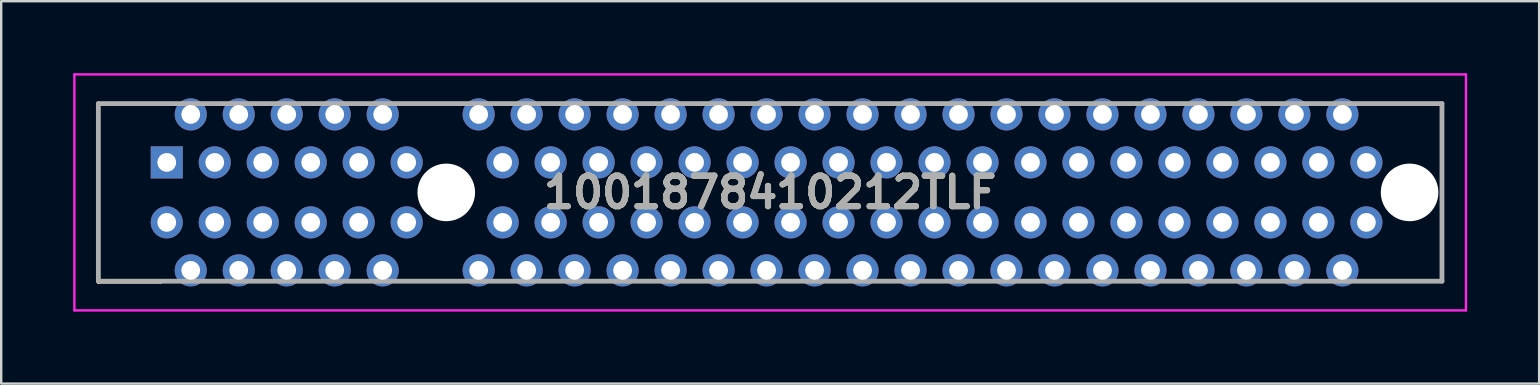
<source format=kicad_pcb>
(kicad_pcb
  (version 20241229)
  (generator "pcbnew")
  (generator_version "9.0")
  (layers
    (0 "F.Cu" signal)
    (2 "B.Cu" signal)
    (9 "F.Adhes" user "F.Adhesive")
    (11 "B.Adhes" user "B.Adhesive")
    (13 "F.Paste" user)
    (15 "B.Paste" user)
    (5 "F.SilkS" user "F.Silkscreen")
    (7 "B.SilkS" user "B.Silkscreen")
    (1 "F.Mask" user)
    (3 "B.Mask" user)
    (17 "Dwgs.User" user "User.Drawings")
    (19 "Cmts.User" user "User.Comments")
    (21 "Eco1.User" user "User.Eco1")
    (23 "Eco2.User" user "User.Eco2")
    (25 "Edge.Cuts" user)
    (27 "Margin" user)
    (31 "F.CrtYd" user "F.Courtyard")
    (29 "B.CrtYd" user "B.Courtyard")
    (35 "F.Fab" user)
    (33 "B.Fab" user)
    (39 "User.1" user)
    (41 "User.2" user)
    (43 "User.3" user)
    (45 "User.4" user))
  (footprint "1001878410212TLF"
    (layer "F.Cu")
    (at 3.9 3.719)
    (property "Reference" "1001878410212TLF" (at 25.15 1.25 0) (layer "F.SilkS") (effects (font (size 1.27 1.27) (thickness 0.254))))
    (attr through_hole)
    (fp_line (start -2.85 -2.45) (end -2.85 -2.45) (stroke (width 0.1) (type solid)) (layer "F.SilkS"))
    (fp_line (start -2.85 -2.45) (end -2.85 -2.45) (stroke (width 0.1) (type solid)) (layer "F.SilkS"))
    (fp_line (start -2.85 -2.45) (end -2.85 5) (stroke (width 0.1) (type solid)) (layer "F.SilkS"))
    (fp_line (start -2.85 -2.45) (end -0.25 -2.45) (stroke (width 0.1) (type solid)) (layer "F.SilkS"))
    (fp_line (start -2.85 4.95) (end -2.85 5) (stroke (width 0.1) (type solid)) (layer "F.SilkS"))
    (fp_line (start -2.85 5) (end -2.85 -2.45) (stroke (width 0.1) (type solid)) (layer "F.SilkS"))
    (fp_line (start -2.85 5) (end -2.85 5) (stroke (width 0.1) (type solid)) (layer "F.SilkS"))
    (fp_line (start -2.85 5) (end -0.25 5) (stroke (width 0.1) (type solid)) (layer "F.SilkS"))
    (fp_line (start -0.25 -2.45) (end -2.85 -2.45) (stroke (width 0.1) (type solid)) (layer "F.SilkS"))
    (fp_line (start -0.25 -2.45) (end -0.25 -2.45) (stroke (width 0.1) (type solid)) (layer "F.SilkS"))
    (fp_line (start -0.25 4.95) (end -2.85 4.95) (stroke (width 0.1) (type solid)) (layer "F.SilkS"))
    (fp_line (start -0.25 5) (end -0.25 4.95) (stroke (width 0.1) (type solid)) (layer "F.SilkS"))
    (fp_line (start 50 -2.45) (end 50 -2.45) (stroke (width 0.1) (type solid)) (layer "F.SilkS"))
    (fp_line (start 50 -2.45) (end 53.15 -2.45) (stroke (width 0.1) (type solid)) (layer "F.SilkS"))
    (fp_line (start 50 4.95) (end 50 4.95) (stroke (width 0.1) (type solid)) (layer "F.SilkS"))
    (fp_line (start 50 4.95) (end 53.15 4.95) (stroke (width 0.1) (type solid)) (layer "F.SilkS"))
    (fp_line (start 53.15 -2.45) (end 50 -2.45) (stroke (width 0.1) (type solid)) (layer "F.SilkS"))
    (fp_line (start 53.15 -2.45) (end 53.15 -2.45) (stroke (width 0.1) (type solid)) (layer "F.SilkS"))
    (fp_line (start 53.15 -2.45) (end 53.15 -2.45) (stroke (width 0.1) (type solid)) (layer "F.SilkS"))
    (fp_line (start 53.15 -2.45) (end 53.15 4.95) (stroke (width 0.1) (type solid)) (layer "F.SilkS"))
    (fp_line (start 53.15 4.95) (end 50 4.95) (stroke (width 0.1) (type solid)) (layer "F.SilkS"))
    (fp_line (start 53.15 4.95) (end 53.15 -2.45) (stroke (width 0.1) (type solid)) (layer "F.SilkS"))
    (fp_line (start 53.15 4.95) (end 53.15 4.95) (stroke (width 0.1) (type solid)) (layer "F.SilkS"))
    (fp_line (start 53.15 4.95) (end 53.15 4.95) (stroke (width 0.1) (type solid)) (layer "F.SilkS"))
    (fp_line (start -3.85 -3.669) (end 54.15 -3.669) (stroke (width 0.1) (type solid)) (layer "F.CrtYd"))
    (fp_line (start -3.85 6.169) (end -3.85 -3.669) (stroke (width 0.1) (type solid)) (layer "F.CrtYd"))
    (fp_line (start 54.15 -3.669) (end 54.15 6.169) (stroke (width 0.1) (type solid)) (layer "F.CrtYd"))
    (fp_line (start 54.15 6.169) (end -3.85 6.169) (stroke (width 0.1) (type solid)) (layer "F.CrtYd"))
    (fp_line (start -2.85 -2.45) (end -2.85 4.95) (stroke (width 0.2) (type solid)) (layer "F.Fab"))
    (fp_line (start -2.85 4.95) (end 53.15 4.95) (stroke (width 0.2) (type solid)) (layer "F.Fab"))
    (fp_line (start 53.15 -2.45) (end -2.85 -2.45) (stroke (width 0.2) (type solid)) (layer "F.Fab"))
    (fp_line (start 53.15 4.95) (end 53.15 -2.45) (stroke (width 0.2) (type solid)) (layer "F.Fab"))
    (fp_text user "${REFERENCE}" (at 25.15 1.25 0) (layer "F.Fab") (effects (font (size 1.27 1.27) (thickness 0.254))))
    (pad "" np_thru_hole circle (at 11.65 1.25) (size 2.4 2.4) (drill 2.4) (layers "*.Cu" "*.Mask"))
    (pad "" np_thru_hole circle (at 51.8 1.25) (size 2.4 2.4) (drill 2.4) (layers "*.Cu" "*.Mask"))
    (pad "A1" thru_hole rect (at 0 0) (size 1.337 1.337) (drill 0.78) (layers "*.Cu" "*.Mask"))
    (pad "A2" thru_hole circle (at 1 -2) (size 1.337 1.337) (drill 0.78) (layers "*.Cu" "*.Mask"))
    (pad "A3" thru_hole circle (at 2 0) (size 1.337 1.337) (drill 0.78) (layers "*.Cu" "*.Mask"))
    (pad "A4" thru_hole circle (at 3 -2) (size 1.337 1.337) (drill 0.78) (layers "*.Cu" "*.Mask"))
    (pad "A5" thru_hole circle (at 4 0) (size 1.337 1.337) (drill 0.78) (layers "*.Cu" "*.Mask"))
    (pad "A6" thru_hole circle (at 5 -2) (size 1.337 1.337) (drill 0.78) (layers "*.Cu" "*.Mask"))
    (pad "A7" thru_hole circle (at 6 0) (size 1.337 1.337) (drill 0.78) (layers "*.Cu" "*.Mask"))
    (pad "A8" thru_hole circle (at 7 -2) (size 1.337 1.337) (drill 0.78) (layers "*.Cu" "*.Mask"))
    (pad "A9" thru_hole circle (at 8 0) (size 1.337 1.337) (drill 0.78) (layers "*.Cu" "*.Mask"))
    (pad "A10" thru_hole circle (at 9 -2) (size 1.337 1.337) (drill 0.78) (layers "*.Cu" "*.Mask"))
    (pad "A11" thru_hole circle (at 10 0) (size 1.337 1.337) (drill 0.78) (layers "*.Cu" "*.Mask"))
    (pad "A12" thru_hole circle (at 13 -2) (size 1.337 1.337) (drill 0.78) (layers "*.Cu" "*.Mask"))
    (pad "A13" thru_hole circle (at 14 0) (size 1.337 1.337) (drill 0.78) (layers "*.Cu" "*.Mask"))
    (pad "A14" thru_hole circle (at 15 -2) (size 1.337 1.337) (drill 0.78) (layers "*.Cu" "*.Mask"))
    (pad "A15" thru_hole circle (at 16 0) (size 1.337 1.337) (drill 0.78) (layers "*.Cu" "*.Mask"))
    (pad "A16" thru_hole circle (at 17 -2) (size 1.337 1.337) (drill 0.78) (layers "*.Cu" "*.Mask"))
    (pad "A17" thru_hole circle (at 18 0) (size 1.337 1.337) (drill 0.78) (layers "*.Cu" "*.Mask"))
    (pad "A18" thru_hole circle (at 19 -2) (size 1.337 1.337) (drill 0.78) (layers "*.Cu" "*.Mask"))
    (pad "A19" thru_hole circle (at 20 0) (size 1.337 1.337) (drill 0.78) (layers "*.Cu" "*.Mask"))
    (pad "A20" thru_hole circle (at 21 -2) (size 1.337 1.337) (drill 0.78) (layers "*.Cu" "*.Mask"))
    (pad "A21" thru_hole circle (at 22 0) (size 1.337 1.337) (drill 0.78) (layers "*.Cu" "*.Mask"))
    (pad "A22" thru_hole circle (at 23 -2) (size 1.337 1.337) (drill 0.78) (layers "*.Cu" "*.Mask"))
    (pad "A23" thru_hole circle (at 24 0) (size 1.337 1.337) (drill 0.78) (layers "*.Cu" "*.Mask"))
    (pad "A24" thru_hole circle (at 25 -2) (size 1.337 1.337) (drill 0.78) (layers "*.Cu" "*.Mask"))
    (pad "A25" thru_hole circle (at 26 0) (size 1.337 1.337) (drill 0.78) (layers "*.Cu" "*.Mask"))
    (pad "A26" thru_hole circle (at 27 -2) (size 1.337 1.337) (drill 0.78) (layers "*.Cu" "*.Mask"))
    (pad "A27" thru_hole circle (at 28 0) (size 1.337 1.337) (drill 0.78) (layers "*.Cu" "*.Mask"))
    (pad "A28" thru_hole circle (at 29 -2) (size 1.337 1.337) (drill 0.78) (layers "*.Cu" "*.Mask"))
    (pad "A29" thru_hole circle (at 30 0) (size 1.337 1.337) (drill 0.78) (layers "*.Cu" "*.Mask"))
    (pad "A30" thru_hole circle (at 31 -2) (size 1.337 1.337) (drill 0.78) (layers "*.Cu" "*.Mask"))
    (pad "A31" thru_hole circle (at 32 0) (size 1.337 1.337) (drill 0.78) (layers "*.Cu" "*.Mask"))
    (pad "A32" thru_hole circle (at 33 -2) (size 1.337 1.337) (drill 0.78) (layers "*.Cu" "*.Mask"))
    (pad "A33" thru_hole circle (at 34 0) (size 1.337 1.337) (drill 0.78) (layers "*.Cu" "*.Mask"))
    (pad "A34" thru_hole circle (at 35 -2) (size 1.337 1.337) (drill 0.78) (layers "*.Cu" "*.Mask"))
    (pad "A35" thru_hole circle (at 36 0) (size 1.337 1.337) (drill 0.78) (layers "*.Cu" "*.Mask"))
    (pad "A36" thru_hole circle (at 37 -2) (size 1.337 1.337) (drill 0.78) (layers "*.Cu" "*.Mask"))
    (pad "A37" thru_hole circle (at 38 0) (size 1.337 1.337) (drill 0.78) (layers "*.Cu" "*.Mask"))
    (pad "A38" thru_hole circle (at 39 -2) (size 1.337 1.337) (drill 0.78) (layers "*.Cu" "*.Mask"))
    (pad "A39" thru_hole circle (at 40 0) (size 1.337 1.337) (drill 0.78) (layers "*.Cu" "*.Mask"))
    (pad "A40" thru_hole circle (at 41 -2) (size 1.337 1.337) (drill 0.78) (layers "*.Cu" "*.Mask"))
    (pad "A41" thru_hole circle (at 42 0) (size 1.337 1.337) (drill 0.78) (layers "*.Cu" "*.Mask"))
    (pad "A42" thru_hole circle (at 43 -2) (size 1.337 1.337) (drill 0.78) (layers "*.Cu" "*.Mask"))
    (pad "A43" thru_hole circle (at 44 0) (size 1.337 1.337) (drill 0.78) (layers "*.Cu" "*.Mask"))
    (pad "A44" thru_hole circle (at 45 -2) (size 1.337 1.337) (drill 0.78) (layers "*.Cu" "*.Mask"))
    (pad "A45" thru_hole circle (at 46 0) (size 1.337 1.337) (drill 0.78) (layers "*.Cu" "*.Mask"))
    (pad "A46" thru_hole circle (at 47 -2) (size 1.337 1.337) (drill 0.78) (layers "*.Cu" "*.Mask"))
    (pad "A47" thru_hole circle (at 48 0) (size 1.337 1.337) (drill 0.78) (layers "*.Cu" "*.Mask"))
    (pad "A48" thru_hole circle (at 49 -2) (size 1.337 1.337) (drill 0.78) (layers "*.Cu" "*.Mask"))
    (pad "A49" thru_hole circle (at 50 0) (size 1.337 1.337) (drill 0.78) (layers "*.Cu" "*.Mask"))
    (pad "B1" thru_hole circle (at 0 2.5) (size 1.337 1.337) (drill 0.78) (layers "*.Cu" "*.Mask"))
    (pad "B2" thru_hole circle (at 1 4.5) (size 1.337 1.337) (drill 0.78) (layers "*.Cu" "*.Mask"))
    (pad "B3" thru_hole circle (at 2 2.5) (size 1.337 1.337) (drill 0.78) (layers "*.Cu" "*.Mask"))
    (pad "B4" thru_hole circle (at 3 4.5) (size 1.337 1.337) (drill 0.78) (layers "*.Cu" "*.Mask"))
    (pad "B5" thru_hole circle (at 4 2.5) (size 1.337 1.337) (drill 0.78) (layers "*.Cu" "*.Mask"))
    (pad "B6" thru_hole circle (at 5 4.5) (size 1.337 1.337) (drill 0.78) (layers "*.Cu" "*.Mask"))
    (pad "B7" thru_hole circle (at 6 2.5) (size 1.337 1.337) (drill 0.78) (layers "*.Cu" "*.Mask"))
    (pad "B8" thru_hole circle (at 7 4.5) (size 1.337 1.337) (drill 0.78) (layers "*.Cu" "*.Mask"))
    (pad "B9" thru_hole circle (at 8 2.5) (size 1.337 1.337) (drill 0.78) (layers "*.Cu" "*.Mask"))
    (pad "B10" thru_hole circle (at 9 4.5) (size 1.337 1.337) (drill 0.78) (layers "*.Cu" "*.Mask"))
    (pad "B11" thru_hole circle (at 10 2.5) (size 1.337 1.337) (drill 0.78) (layers "*.Cu" "*.Mask"))
    (pad "B12" thru_hole circle (at 13 4.5) (size 1.337 1.337) (drill 0.78) (layers "*.Cu" "*.Mask"))
    (pad "B13" thru_hole circle (at 14 2.5) (size 1.337 1.337) (drill 0.78) (layers "*.Cu" "*.Mask"))
    (pad "B14" thru_hole circle (at 15 4.5) (size 1.337 1.337) (drill 0.78) (layers "*.Cu" "*.Mask"))
    (pad "B15" thru_hole circle (at 16 2.5) (size 1.337 1.337) (drill 0.78) (layers "*.Cu" "*.Mask"))
    (pad "B16" thru_hole circle (at 17 4.5) (size 1.337 1.337) (drill 0.78) (layers "*.Cu" "*.Mask"))
    (pad "B17" thru_hole circle (at 18 2.5) (size 1.337 1.337) (drill 0.78) (layers "*.Cu" "*.Mask"))
    (pad "B18" thru_hole circle (at 19 4.5) (size 1.337 1.337) (drill 0.78) (layers "*.Cu" "*.Mask"))
    (pad "B19" thru_hole circle (at 20 2.5) (size 1.337 1.337) (drill 0.78) (layers "*.Cu" "*.Mask"))
    (pad "B20" thru_hole circle (at 21 4.5) (size 1.337 1.337) (drill 0.78) (layers "*.Cu" "*.Mask"))
    (pad "B21" thru_hole circle (at 22 2.5) (size 1.337 1.337) (drill 0.78) (layers "*.Cu" "*.Mask"))
    (pad "B22" thru_hole circle (at 23 4.5) (size 1.337 1.337) (drill 0.78) (layers "*.Cu" "*.Mask"))
    (pad "B23" thru_hole circle (at 24 2.5) (size 1.337 1.337) (drill 0.78) (layers "*.Cu" "*.Mask"))
    (pad "B24" thru_hole circle (at 25 4.5) (size 1.337 1.337) (drill 0.78) (layers "*.Cu" "*.Mask"))
    (pad "B25" thru_hole circle (at 26 2.5) (size 1.337 1.337) (drill 0.78) (layers "*.Cu" "*.Mask"))
    (pad "B26" thru_hole circle (at 27 4.5) (size 1.337 1.337) (drill 0.78) (layers "*.Cu" "*.Mask"))
    (pad "B27" thru_hole circle (at 28 2.5) (size 1.337 1.337) (drill 0.78) (layers "*.Cu" "*.Mask"))
    (pad "B28" thru_hole circle (at 29 4.5) (size 1.337 1.337) (drill 0.78) (layers "*.Cu" "*.Mask"))
    (pad "B29" thru_hole circle (at 30 2.5) (size 1.337 1.337) (drill 0.78) (layers "*.Cu" "*.Mask"))
    (pad "B30" thru_hole circle (at 31 4.5) (size 1.337 1.337) (drill 0.78) (layers "*.Cu" "*.Mask"))
    (pad "B31" thru_hole circle (at 32 2.5) (size 1.337 1.337) (drill 0.78) (layers "*.Cu" "*.Mask"))
    (pad "B32" thru_hole circle (at 33 4.5) (size 1.337 1.337) (drill 0.78) (layers "*.Cu" "*.Mask"))
    (pad "B33" thru_hole circle (at 34 2.5) (size 1.337 1.337) (drill 0.78) (layers "*.Cu" "*.Mask"))
    (pad "B34" thru_hole circle (at 35 4.5) (size 1.337 1.337) (drill 0.78) (layers "*.Cu" "*.Mask"))
    (pad "B35" thru_hole circle (at 36 2.5) (size 1.337 1.337) (drill 0.78) (layers "*.Cu" "*.Mask"))
    (pad "B36" thru_hole circle (at 37 4.5) (size 1.337 1.337) (drill 0.78) (layers "*.Cu" "*.Mask"))
    (pad "B37" thru_hole circle (at 38 2.5) (size 1.337 1.337) (drill 0.78) (layers "*.Cu" "*.Mask"))
    (pad "B38" thru_hole circle (at 39 4.5) (size 1.337 1.337) (drill 0.78) (layers "*.Cu" "*.Mask"))
    (pad "B39" thru_hole circle (at 40 2.5) (size 1.337 1.337) (drill 0.78) (layers "*.Cu" "*.Mask"))
    (pad "B40" thru_hole circle (at 41 4.5) (size 1.337 1.337) (drill 0.78) (layers "*.Cu" "*.Mask"))
    (pad "B41" thru_hole circle (at 42 2.5) (size 1.337 1.337) (drill 0.78) (layers "*.Cu" "*.Mask"))
    (pad "B42" thru_hole circle (at 43 4.5) (size 1.337 1.337) (drill 0.78) (layers "*.Cu" "*.Mask"))
    (pad "B43" thru_hole circle (at 44 2.5) (size 1.337 1.337) (drill 0.78) (layers "*.Cu" "*.Mask"))
    (pad "B44" thru_hole circle (at 45 4.5) (size 1.337 1.337) (drill 0.78) (layers "*.Cu" "*.Mask"))
    (pad "B45" thru_hole circle (at 46 2.5) (size 1.337 1.337) (drill 0.78) (layers "*.Cu" "*.Mask"))
    (pad "B46" thru_hole circle (at 47 4.5) (size 1.337 1.337) (drill 0.78) (layers "*.Cu" "*.Mask"))
    (pad "B47" thru_hole circle (at 48 2.5) (size 1.337 1.337) (drill 0.78) (layers "*.Cu" "*.Mask"))
    (pad "B48" thru_hole circle (at 49 4.5) (size 1.337 1.337) (drill 0.78) (layers "*.Cu" "*.Mask"))
    (pad "B49" thru_hole circle (at 50 2.5) (size 1.337 1.337) (drill 0.78) (layers "*.Cu" "*.Mask")))
  (gr_rect
    (start -3 -3)
    (end 61.1 12.938)
    (stroke (width 0.1) (type default))
    (fill no)
    (layer "Edge.Cuts")))
</source>
